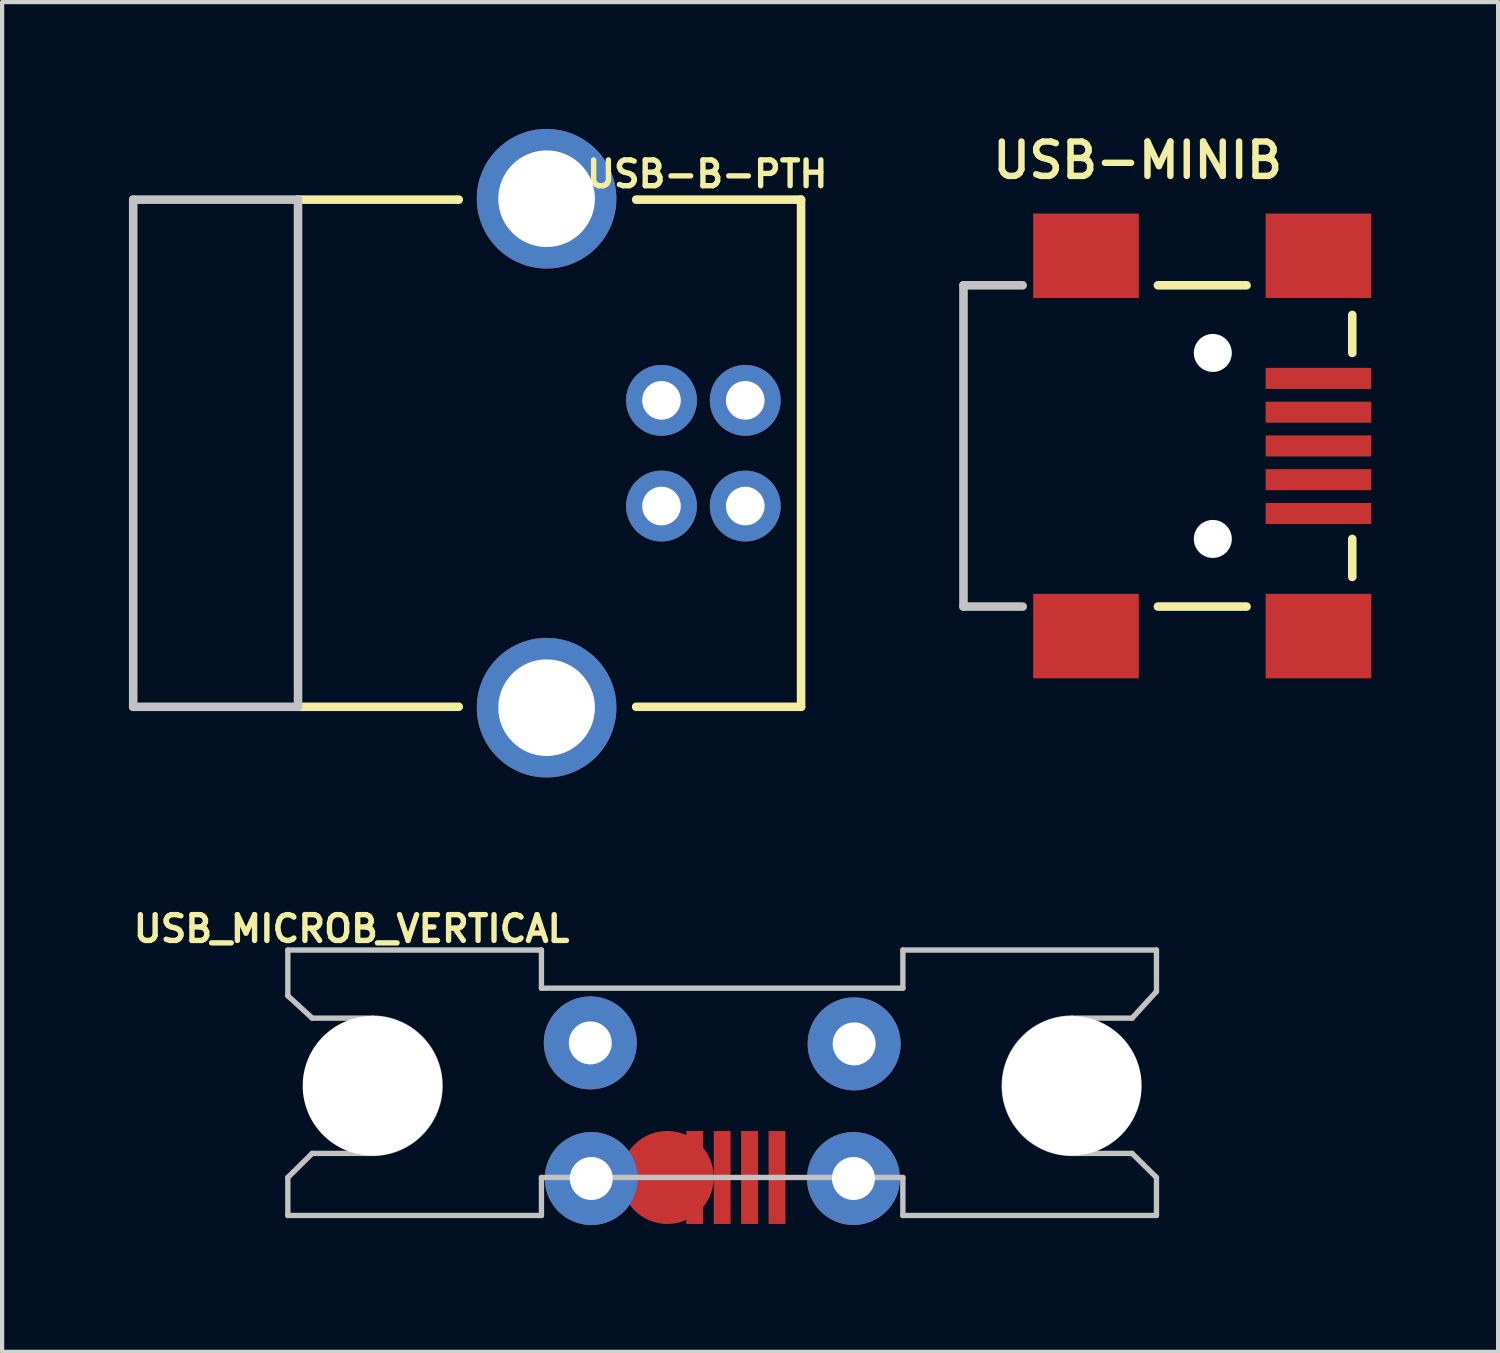
<source format=kicad_pcb>
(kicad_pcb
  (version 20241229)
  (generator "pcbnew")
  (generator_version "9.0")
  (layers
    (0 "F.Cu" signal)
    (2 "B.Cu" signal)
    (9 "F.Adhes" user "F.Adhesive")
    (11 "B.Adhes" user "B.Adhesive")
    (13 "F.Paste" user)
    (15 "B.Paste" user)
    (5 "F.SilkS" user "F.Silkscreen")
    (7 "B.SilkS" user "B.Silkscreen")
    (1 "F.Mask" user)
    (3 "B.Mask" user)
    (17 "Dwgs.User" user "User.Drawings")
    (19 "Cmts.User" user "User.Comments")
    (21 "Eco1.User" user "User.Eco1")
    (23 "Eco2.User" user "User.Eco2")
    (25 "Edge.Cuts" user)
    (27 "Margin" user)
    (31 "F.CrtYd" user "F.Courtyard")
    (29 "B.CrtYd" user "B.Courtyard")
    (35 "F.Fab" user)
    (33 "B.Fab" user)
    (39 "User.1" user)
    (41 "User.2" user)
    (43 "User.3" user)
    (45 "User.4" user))
  (footprint "USB-B-PTH"
    (layer "F.Cu")
    (at 8.6 7.671)
    (property "Reference" "USB-B-PTH" (at 5.08 -6.604 0) (layer "F.SilkS") (effects (font (size 0.61 0.61) (thickness 0.127))))
    (attr exclude_from_pos_files exclude_from_bom)
    (fp_line (start -4.6 -5.999) (end -0.798 -5.999) (stroke (width 0.203) (type solid)) (layer "F.SilkS"))
    (fp_line (start -4.6 5.999) (end -0.798 5.999) (stroke (width 0.203) (type solid)) (layer "F.SilkS"))
    (fp_line (start 3.399 5.999) (end 7.3 5.999) (stroke (width 0.203) (type solid)) (layer "F.SilkS"))
    (fp_line (start 7.3 -5.999) (end 3.399 -5.999) (stroke (width 0.203) (type solid)) (layer "F.SilkS"))
    (fp_line (start 7.3 5.999) (end 7.3 -5.999) (stroke (width 0.203) (type solid)) (layer "F.SilkS"))
    (fp_line (start -8.499 -5.999) (end -4.6 -5.999) (stroke (width 0.203) (type solid)) (layer "Dwgs.User"))
    (fp_line (start -8.499 5.999) (end -8.499 -5.999) (stroke (width 0.203) (type solid)) (layer "Dwgs.User"))
    (fp_line (start -4.6 -5.999) (end -4.6 5.999) (stroke (width 0.203) (type solid)) (layer "Dwgs.User"))
    (fp_line (start -4.6 5.999) (end -8.499 5.999) (stroke (width 0.203) (type solid)) (layer "Dwgs.User"))
    (pad "D+" thru_hole circle (at 3.998 -1.25) (size 1.676 1.676) (drill 0.914) (layers "*.Cu" "*.Paste" "*.Mask"))
    (pad "D-" thru_hole circle (at 5.979 -1.25) (size 1.676 1.676) (drill 0.914) (layers "*.Cu" "*.Paste" "*.Mask"))
    (pad "GND" thru_hole circle (at 3.998 1.25) (size 1.676 1.676) (drill 0.914) (layers "*.Cu" "*.Paste" "*.Mask"))
    (pad "SHLD" thru_hole circle (at 1.28 -6.02) (size 3.302 3.302) (drill 2.286) (layers "*.Cu" "*.Paste" "*.Mask"))
    (pad "SHLD" thru_hole circle (at 1.28 6.02) (size 3.302 3.302) (drill 2.286) (layers "*.Cu" "*.Paste" "*.Mask"))
    (pad "VBUS" thru_hole circle (at 5.979 1.25) (size 1.676 1.676) (drill 0.914) (layers "*.Cu" "*.Paste" "*.Mask")))
  (footprint "USB_MICROB_VERTICAL"
    (layer "F.Cu")
    (at 14.033 24.804)
    (property "Reference" "USB_MICROB_VERTICAL" (at -8.766 -5.883 0) (layer "F.SilkS") (effects (font (size 0.61 0.61) (thickness 0.127))))
    (attr smd)
    (fp_line (start -10.274 -5.38) (end -4.275 -5.38) (stroke (width 0.127) (type solid)) (layer "Dwgs.User"))
    (fp_line (start -10.274 -4.298) (end -10.274 -5.38) (stroke (width 0.127) (type solid)) (layer "Dwgs.User"))
    (fp_line (start -10.274 0) (end -10.274 0.899) (stroke (width 0.127) (type solid)) (layer "Dwgs.User"))
    (fp_line (start -10.274 0.899) (end -4.275 0.899) (stroke (width 0.127) (type solid)) (layer "Dwgs.User"))
    (fp_line (start -9.698 -3.769) (end -10.274 -4.298) (stroke (width 0.127) (type solid)) (layer "Dwgs.User"))
    (fp_line (start -9.698 -3.769) (end -8.273 -3.769) (stroke (width 0.127) (type solid)) (layer "Dwgs.User"))
    (fp_line (start -9.698 -0.569) (end -10.274 0) (stroke (width 0.127) (type solid)) (layer "Dwgs.User"))
    (fp_line (start -9.698 -0.569) (end -8.273 -0.569) (stroke (width 0.127) (type solid)) (layer "Dwgs.User"))
    (fp_line (start -4.275 -5.38) (end -4.275 -4.478) (stroke (width 0.127) (type solid)) (layer "Dwgs.User"))
    (fp_line (start -4.275 -4.478) (end 4.275 -4.478) (stroke (width 0.127) (type solid)) (layer "Dwgs.User"))
    (fp_line (start -4.275 0) (end 4.275 0) (stroke (width 0.127) (type solid)) (layer "Dwgs.User"))
    (fp_line (start -4.275 0.899) (end -4.275 0) (stroke (width 0.127) (type solid)) (layer "Dwgs.User"))
    (fp_line (start 4.275 -5.38) (end 4.275 -4.478) (stroke (width 0.127) (type solid)) (layer "Dwgs.User"))
    (fp_line (start 4.275 0.899) (end 4.275 0) (stroke (width 0.127) (type solid)) (layer "Dwgs.User"))
    (fp_line (start 9.698 -3.769) (end 8.273 -3.769) (stroke (width 0.127) (type solid)) (layer "Dwgs.User"))
    (fp_line (start 9.698 -3.769) (end 10.274 -4.399) (stroke (width 0.127) (type solid)) (layer "Dwgs.User"))
    (fp_line (start 9.698 -0.569) (end 8.273 -0.569) (stroke (width 0.127) (type solid)) (layer "Dwgs.User"))
    (fp_line (start 9.698 -0.569) (end 10.274 0) (stroke (width 0.127) (type solid)) (layer "Dwgs.User"))
    (fp_line (start 10.274 -5.38) (end 4.275 -5.38) (stroke (width 0.127) (type solid)) (layer "Dwgs.User"))
    (fp_line (start 10.274 -4.399) (end 10.274 -5.38) (stroke (width 0.127) (type solid)) (layer "Dwgs.User"))
    (fp_line (start 10.274 0) (end 10.274 0.899) (stroke (width 0.127) (type solid)) (layer "Dwgs.User"))
    (fp_line (start 10.274 0.899) (end 4.275 0.899) (stroke (width 0.127) (type solid)) (layer "Dwgs.User"))
    (fp_arc (start -8.27278 -3.76936) (mid -6.67258 -2.16916) (end -8.27278 -0.56896) (stroke (width 0.127) (type solid)) (layer "Dwgs.User"))
    (fp_arc (start 8.27278 -0.56896) (mid 6.67258 -2.16916) (end 8.27278 -3.76936) (stroke (width 0.127) (type solid)) (layer "Dwgs.User"))
    (pad "" np_thru_hole circle (at -8.273 -2.169) (size 3.299 3.299) (drill 3.299) (layers "*.Cu" "*.Mask"))
    (pad "" np_thru_hole circle (at 8.273 -2.169) (size 3.299 3.299) (drill 3.299) (layers "*.Cu" "*.Mask"))
    (pad "D+" smd rect (at 0 0 90) (size 2.2 0.399) (layers "F.Cu" "F.Mask" "F.Paste"))
    (pad "D-" smd rect (at -0.648 0 90) (size 2.2 0.399) (layers "F.Cu" "F.Mask" "F.Paste"))
    (pad "GND" smd rect (at 1.298 0 90) (size 2.2 0.399) (layers "F.Cu" "F.Mask" "F.Paste"))
    (pad "ID" smd rect (at 0.648 0 90) (size 2.2 0.399) (layers "F.Cu" "F.Mask" "F.Paste"))
    (pad "SHLD" thru_hole circle (at -3.119 -3.183 90) (size 2.2 2.2) (drill 1.016) (layers "*.Cu" "*.Paste" "*.Mask"))
    (pad "SHLD" thru_hole circle (at -3.096 0.025 90) (size 2.2 2.2) (drill 1.016) (layers "*.Cu" "*.Paste" "*.Mask"))
    (pad "SHLD" thru_hole circle (at 3.106 0.025 90) (size 2.2 2.2) (drill 1.016) (layers "*.Cu" "*.Paste" "*.Mask"))
    (pad "SHLD" thru_hole circle (at 3.122 -3.16 90) (size 2.2 2.2) (drill 1.016) (layers "*.Cu" "*.Paste" "*.Mask"))
    (pad "VBUS" smd circle (at -1.298 0 90) (size 2.2 2.2) (layers "F.Cu" "F.Mask" "F.Paste")))
  (footprint "USB-MINIB"
    (layer "F.Cu")
    (at 25.64 7.499)
    (property "Reference" "USB-MINIB" (at -1.778 -6.756 0) (layer "F.SilkS") (effects (font (size 0.813 0.813) (thickness 0.152))))
    (attr smd)
    (fp_line (start -1.298 -3.8) (end 0.798 -3.8) (stroke (width 0.203) (type solid)) (layer "F.SilkS"))
    (fp_line (start 0.798 3.8) (end -1.298 3.8) (stroke (width 0.203) (type solid)) (layer "F.SilkS"))
    (fp_line (start 3.299 -3.099) (end 3.299 -2.2) (stroke (width 0.203) (type solid)) (layer "F.SilkS"))
    (fp_line (start 3.299 2.2) (end 3.299 3.099) (stroke (width 0.203) (type solid)) (layer "F.SilkS"))
    (fp_line (start -5.898 -3.8) (end -5.898 3.8) (stroke (width 0.203) (type solid)) (layer "Dwgs.User"))
    (fp_line (start -5.898 -3.8) (end -4.498 -3.8) (stroke (width 0.203) (type solid)) (layer "Dwgs.User"))
    (fp_line (start -5.898 3.8) (end -4.498 3.8) (stroke (width 0.203) (type solid)) (layer "Dwgs.User"))
    (pad "" np_thru_hole circle (at 0 -2.2) (size 0.899 0.899) (drill 0.899) (layers "*.Cu" "*.Mask"))
    (pad "" np_thru_hole circle (at 0 2.2) (size 0.899 0.899) (drill 0.899) (layers "*.Cu" "*.Mask"))
    (pad "D+" smd rect (at 2.499 0) (size 2.499 0.498) (layers "F.Cu" "F.Mask" "F.Paste"))
    (pad "D-" smd rect (at 2.499 -0.798) (size 2.499 0.498) (layers "F.Cu" "F.Mask" "F.Paste"))
    (pad "GND" smd rect (at 2.499 1.598) (size 2.499 0.498) (layers "F.Cu" "F.Mask" "F.Paste"))
    (pad "ID" smd rect (at 2.499 0.798) (size 2.499 0.498) (layers "F.Cu" "F.Mask" "F.Paste"))
    (pad "S1" smd rect (at -3 -4.498) (size 2.499 1.999) (layers "F.Cu" "F.Mask" "F.Paste"))
    (pad "S2" smd rect (at 2.499 -4.498) (size 2.499 1.999) (layers "F.Cu" "F.Mask" "F.Paste"))
    (pad "S3" smd rect (at -3 4.498) (size 2.499 1.999) (layers "F.Cu" "F.Mask" "F.Paste"))
    (pad "S4" smd rect (at 2.499 4.498) (size 2.499 1.999) (layers "F.Cu" "F.Mask" "F.Paste"))
    (pad "VBUS" smd rect (at 2.499 -1.598) (size 2.499 0.498) (layers "F.Cu" "F.Mask" "F.Paste")))
  (gr_rect
    (start -3 -3)
    (end 32.389 28.929)
    (stroke (width 0.1) (type default))
    (fill no)
    (layer "Edge.Cuts")))
</source>
